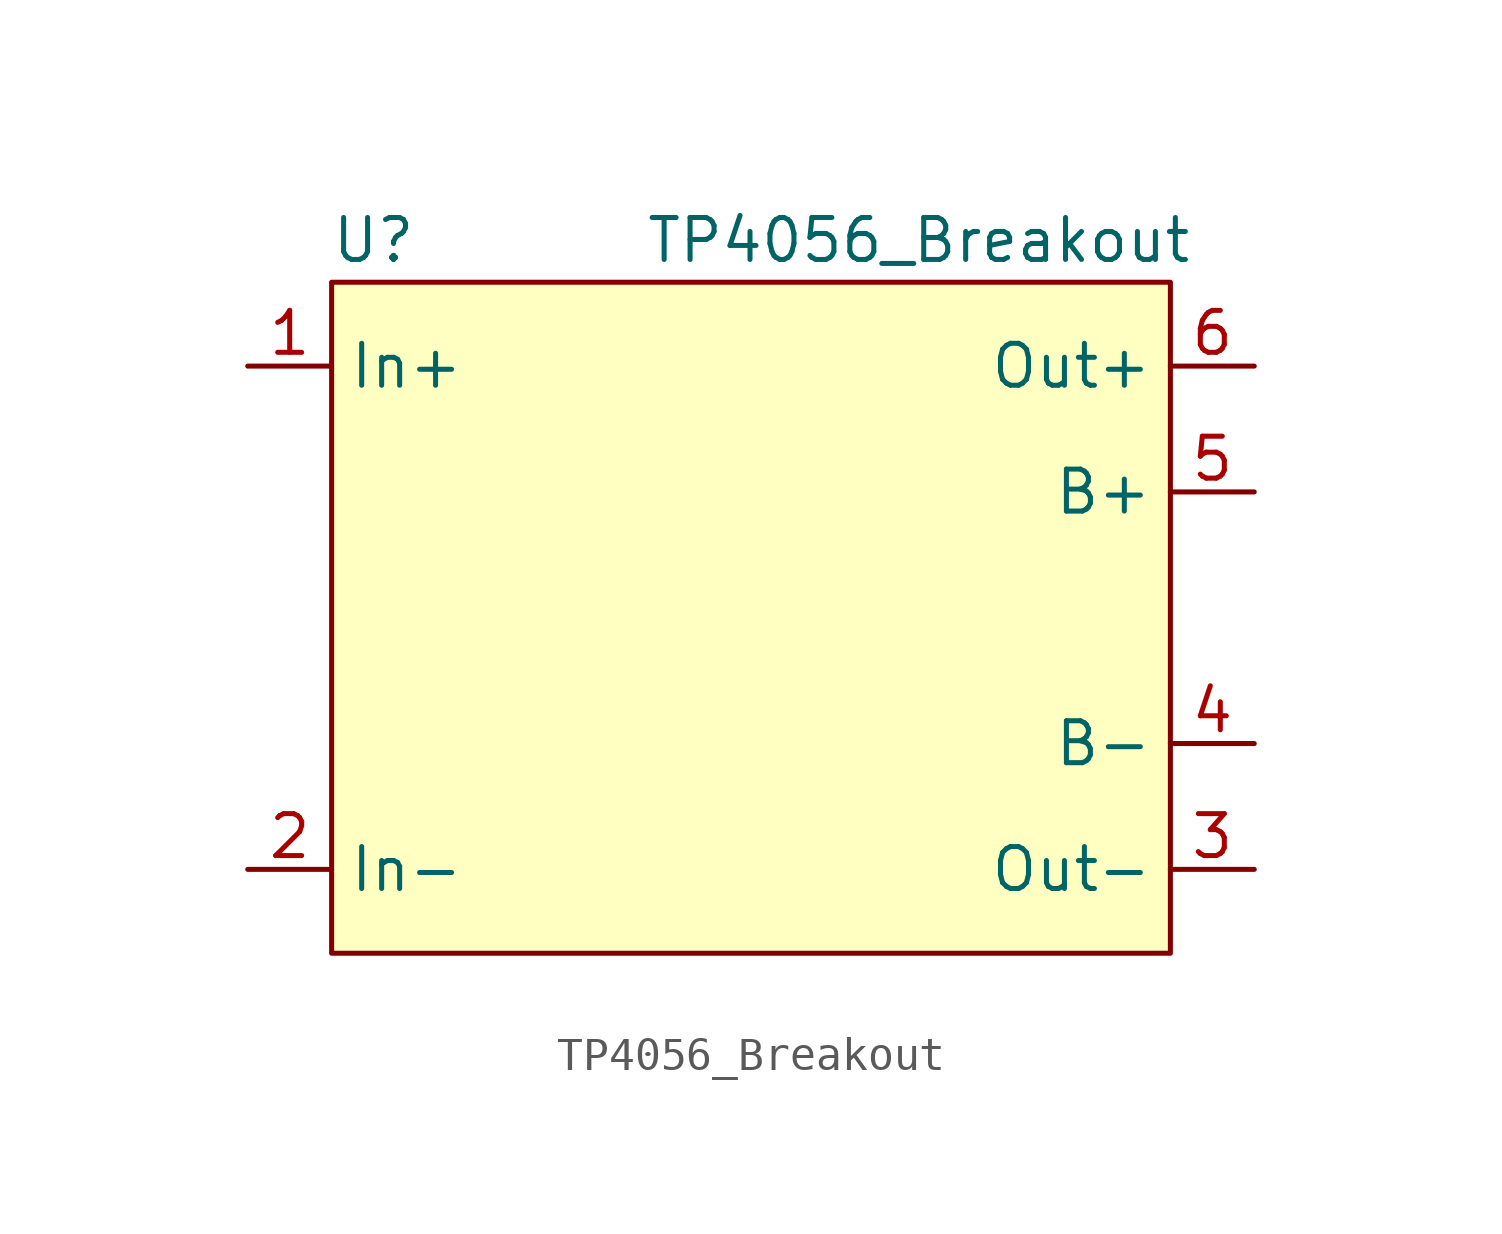
<source format=kicad_sym>
(kicad_symbol_lib
  (version 20211014)
  (generator kicad_symbol_editor)
  (symbol "TP4056_Breakout"
    (property "Reference" "U"
      (at -11.43 11.43 0)
      (effects (font (size 1.27 1.27))))
    (property "Value" "TP4056_Breakout"
      (at 5.08 11.43 0)
      (effects (font (size 1.27 1.27))))
    (symbol "TP4056_Breakout_0_1"
      (rectangle (start -12.7 10.16) (end 12.7 -10.16) (stroke (width 0) (type default) (color 0 0 0 0)) (fill (type background))))
    (symbol "TP4056_Breakout_1_1"
      (pin power_out line (at -15.24 7.62 0) (length 2.54) (name "In+" (effects (font (size 1.27 1.27)))) (number "1" (effects (font (size 1.27 1.27)))))
      (pin power_out line (at -15.24 -7.62 0) (length 2.54) (name "In-" (effects (font (size 1.27 1.27)))) (number "2" (effects (font (size 1.27 1.27)))))
      (pin power_out line (at 15.24 -7.62 180) (length 2.54) (name "Out-" (effects (font (size 1.27 1.27)))) (number "3" (effects (font (size 1.27 1.27)))))
      (pin power_out line (at 15.24 -3.81 180) (length 2.54) (name "B-" (effects (font (size 1.27 1.27)))) (number "4" (effects (font (size 1.27 1.27)))))
      (pin power_out line (at 15.24 3.81 180) (length 2.54) (name "B+" (effects (font (size 1.27 1.27)))) (number "5" (effects (font (size 1.27 1.27)))))
      (pin power_out line (at 15.24 7.62 180) (length 2.54) (name "Out+" (effects (font (size 1.27 1.27)))) (number "6" (effects (font (size 1.27 1.27))))))))
</source>
